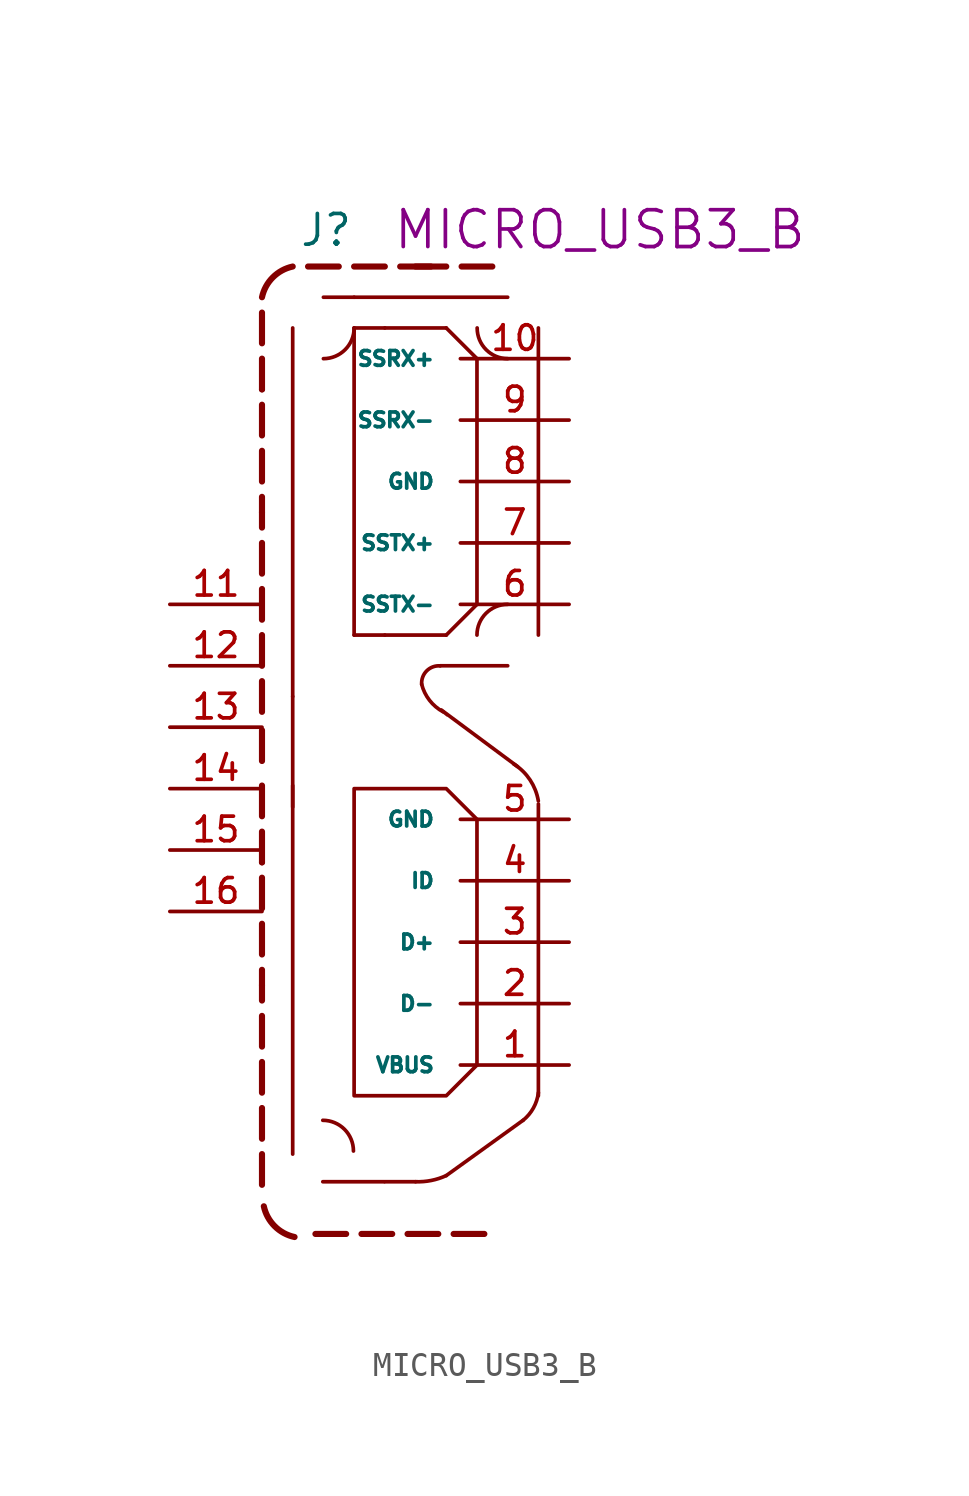
<source format=kicad_sym>
(kicad_symbol_lib
  (version 20211014)
  (generator kicad_symbol_editor)
  (symbol "MICRO_USB3_B"
    (pin_names
      (offset 1.016))
    (property "Reference" "J"
      (at 1.524 3.302 0)
      (effects (font (size 1.27 1.27)) (justify left bottom)))
    (property "Datasheet" ""
      (at 0 0 0)
      (effects (font (size 1.524 1.524))))
    (property "Component Value" "MICRO_USB3_B"
      (at 13.97 4.064 0)
      (effects (font (size 1.524 1.524))))
    (symbol "MICRO_USB3_B_0_1"
      (polyline (pts (xy 0 -35.433) (xy 0 -34.163)) (stroke (width 0.254) (type default) (color 0 0 0 0)) (fill (type none)))
      (polyline (pts (xy 0 -33.528) (xy 0 -32.258)) (stroke (width 0.254) (type default) (color 0 0 0 0)) (fill (type none)))
      (polyline (pts (xy 0 -31.623) (xy 0 -30.353)) (stroke (width 0.254) (type default) (color 0 0 0 0)) (fill (type none)))
      (polyline (pts (xy 0 -29.718) (xy 0 -28.448)) (stroke (width 0.254) (type default) (color 0 0 0 0)) (fill (type none)))
      (polyline (pts (xy 0 -27.813) (xy 0 -26.543)) (stroke (width 0.254) (type default) (color 0 0 0 0)) (fill (type none)))
      (polyline (pts (xy 0 -27.178) (xy 0 -27.178)) (stroke (width 0.254) (type default) (color 0 0 0 0)) (fill (type none)))
      (polyline (pts (xy 0 -25.908) (xy 0 -24.638)) (stroke (width 0.254) (type default) (color 0 0 0 0)) (fill (type none)))
      (polyline (pts (xy 0 -22.733) (xy 0 -24.003)) (stroke (width 0.254) (type default) (color 0 0 0 0)) (fill (type none)))
      (polyline (pts (xy 0 -22.098) (xy 0 -22.098)) (stroke (width 0.254) (type default) (color 0 0 0 0)) (fill (type none)))
      (polyline (pts (xy 0 -20.828) (xy 0 -22.098)) (stroke (width 0.254) (type default) (color 0 0 0 0)) (fill (type none)))
      (polyline (pts (xy 0 -18.923) (xy 0 -20.193)) (stroke (width 0.254) (type default) (color 0 0 0 0)) (fill (type none)))
      (polyline (pts (xy 0 -17.907) (xy 0 -16.637)) (stroke (width 0.254) (type default) (color 0 0 0 0)) (fill (type none)))
      (polyline (pts (xy 0 -15.875) (xy 0 -14.605)) (stroke (width 0.254) (type default) (color 0 0 0 0)) (fill (type none)))
      (polyline (pts (xy 0 -13.97) (xy 0 -12.7)) (stroke (width 0.254) (type default) (color 0 0 0 0)) (fill (type none)))
      (polyline (pts (xy 0 -12.065) (xy 0 -10.795)) (stroke (width 0.254) (type default) (color 0 0 0 0)) (fill (type none)))
      (polyline (pts (xy 0 -10.16) (xy 0 -8.89)) (stroke (width 0.254) (type default) (color 0 0 0 0)) (fill (type none)))
      (polyline (pts (xy 0 -8.255) (xy 0 -6.985)) (stroke (width 0.254) (type default) (color 0 0 0 0)) (fill (type none)))
      (polyline (pts (xy 0 -7.62) (xy 0 -7.62)) (stroke (width 0.254) (type default) (color 0 0 0 0)) (fill (type none)))
      (polyline (pts (xy 0 -6.35) (xy 0 -5.08)) (stroke (width 0.254) (type default) (color 0 0 0 0)) (fill (type none)))
      (polyline (pts (xy 0 -3.175) (xy 0 -4.445)) (stroke (width 0.254) (type default) (color 0 0 0 0)) (fill (type none)))
      (polyline (pts (xy 0 -2.54) (xy 0 -2.54)) (stroke (width 0.254) (type default) (color 0 0 0 0)) (fill (type none)))
      (polyline (pts (xy 0 -1.27) (xy 0 -2.54)) (stroke (width 0.254) (type default) (color 0 0 0 0)) (fill (type none)))
      (polyline (pts (xy 0 0.635) (xy 0 -0.635)) (stroke (width 0.254) (type default) (color 0 0 0 0)) (fill (type none)))
      (polyline (pts (xy 1.27 -15.24) (xy 1.27 -19.812)) (stroke (width 0) (type default) (color 0 0 0 0)) (fill (type none)))
      (polyline (pts (xy 1.905 2.54) (xy 3.175 2.54)) (stroke (width 0.254) (type default) (color 0 0 0 0)) (fill (type none)))
      (polyline (pts (xy 2.54 1.27) (xy 3.81 1.27)) (stroke (width 0) (type default) (color 0 0 0 0)) (fill (type none)))
      (polyline (pts (xy 3.48 -37.465) (xy 2.21 -37.465)) (stroke (width 0.254) (type default) (color 0 0 0 0)) (fill (type none)))
      (polyline (pts (xy 3.81 1.27) (xy 10.16 1.27)) (stroke (width 0) (type default) (color 0 0 0 0)) (fill (type none)))
      (polyline (pts (xy 3.81 2.54) (xy 5.08 2.54)) (stroke (width 0.254) (type default) (color 0 0 0 0)) (fill (type none)))
      (polyline (pts (xy 4.115 -37.465) (xy 5.385 -37.465)) (stroke (width 0.254) (type default) (color 0 0 0 0)) (fill (type none)))
      (polyline (pts (xy 5.08 -35.306) (xy 6.35 -35.306)) (stroke (width 0) (type default) (color 0 0 0 0)) (fill (type none)))
      (polyline (pts (xy 5.08 -12.7) (xy 3.81 -12.7)) (stroke (width 0) (type default) (color 0 0 0 0)) (fill (type none)))
      (polyline (pts (xy 5.08 0) (xy 3.81 0)) (stroke (width 0) (type default) (color 0 0 0 0)) (fill (type none)))
      (polyline (pts (xy 5.715 2.54) (xy 6.985 2.54)) (stroke (width 0.254) (type default) (color 0 0 0 0)) (fill (type none)))
      (polyline (pts (xy 6.02 -37.465) (xy 7.29 -37.465)) (stroke (width 0.254) (type default) (color 0 0 0 0)) (fill (type none)))
      (polyline (pts (xy 6.35 2.54) (xy 7.62 2.54)) (stroke (width 0.254) (type default) (color 0 0 0 0)) (fill (type none)))
      (polyline (pts (xy 7.925 -37.465) (xy 9.195 -37.465)) (stroke (width 0.254) (type default) (color 0 0 0 0)) (fill (type none)))
      (polyline (pts (xy 8.255 2.54) (xy 9.525 2.54)) (stroke (width 0.254) (type default) (color 0 0 0 0)) (fill (type none)))
      (polyline (pts (xy 10.16 -13.97) (xy 7.366 -13.97)) (stroke (width 0) (type default) (color 0 0 0 0)) (fill (type none)))
      (polyline (pts (xy 11.43 -19.685) (xy 11.43 -31.75)) (stroke (width 0) (type default) (color 0 0 0 0)) (fill (type none)))
      (polyline (pts (xy 10.566 -18.136) (xy 7.417 -15.799) (xy 7.671 -16.002)) (stroke (width 0) (type default) (color 0 0 0 0)) (fill (type none)))
      (polyline (pts (xy 3.81 -19.05) (xy 7.62 -19.05) (xy 8.89 -20.32) (xy 8.89 -30.48) (xy 7.62 -31.75) (xy 3.81 -31.75) (xy 3.81 -19.05)) (stroke (width 0) (type default) (color 0 0 0 0)) (fill (type none)))
      (arc (start 0.0762 -36.322) (mid 0.5262 -37.1457) (end 1.3462 -37.592) (stroke (width 0.254) (type default) (color 0 0 0 0)) (fill (type none)))
      (arc (start 1.27 2.54) (mid 0.4463 2.09) (end 0 1.27) (stroke (width 0.254) (type default) (color 0 0 0 0)) (fill (type none)))
      (arc (start 6.604 -14.732) (mid 6.9284 -15.3964) (end 7.493 -15.875) (stroke (width 0) (type default) (color 0 0 0 0)) (fill (type none)))
      (arc (start 7.366 -13.97) (mid 6.811 -14.177) (end 6.604 -14.732) (stroke (width 0) (type default) (color 0 0 0 0)) (fill (type none)))
      (arc (start 11.43 -19.558) (mid 11.085 -18.6866) (end 10.414 -18.034) (stroke (width 0) (type default) (color 0 0 0 0)) (fill (type none))))
    (symbol "MICRO_USB3_B_1_0"
      (polyline (pts (xy 1.27 -18.923) (xy 1.27 -34.163)) (stroke (width 0) (type default) (color 0 0 0 0)) (fill (type none)))
      (polyline (pts (xy 1.27 0) (xy 1.27 -15.24)) (stroke (width 0) (type default) (color 0 0 0 0)) (fill (type none)))
      (polyline (pts (xy 3.81 0) (xy 3.81 -12.7)) (stroke (width 0) (type default) (color 0 0 0 0)) (fill (type none)))
      (polyline (pts (xy 5.055 -35.306) (xy 2.515 -35.306)) (stroke (width 0) (type default) (color 0 0 0 0)) (fill (type none)))
      (polyline (pts (xy 5.08 -12.7) (xy 7.62 -12.7)) (stroke (width 0) (type default) (color 0 0 0 0)) (fill (type none)))
      (polyline (pts (xy 7.62 -12.7) (xy 8.89 -11.43)) (stroke (width 0) (type default) (color 0 0 0 0)) (fill (type none)))
      (polyline (pts (xy 7.62 0) (xy 5.08 0)) (stroke (width 0) (type default) (color 0 0 0 0)) (fill (type none)))
      (polyline (pts (xy 8.89 -11.43) (xy 8.89 -1.27)) (stroke (width 0) (type default) (color 0 0 0 0)) (fill (type none)))
      (polyline (pts (xy 8.89 -1.27) (xy 7.62 0)) (stroke (width 0) (type default) (color 0 0 0 0)) (fill (type none)))
      (polyline (pts (xy 10.795 -32.766) (xy 7.62 -35.052)) (stroke (width 0) (type default) (color 0 0 0 0)) (fill (type none)))
      (polyline (pts (xy 11.43 -12.7) (xy 11.43 0)) (stroke (width 0) (type default) (color 0 0 0 0)) (fill (type none)))
      (arc (start 6.35 -35.306) (mid 6.9999 -35.2536) (end 7.62 -35.052) (stroke (width 0) (type default) (color 0 0 0 0)) (fill (type none)))
      (arc (start 10.795 -32.766) (mid 11.2242 -32.2556) (end 11.43 -31.623) (stroke (width 0) (type default) (color 0 0 0 0)) (fill (type none))))
    (symbol "MICRO_USB3_B_1_1"
      (arc (start 2.54 -1.27) (mid 3.438 -0.898) (end 3.81 0) (stroke (width 0) (type default) (color 0 0 0 0)) (fill (type none)))
      (arc (start 3.7846 -34.036) (mid 3.4126 -33.138) (end 2.5146 -32.766) (stroke (width 0) (type default) (color 0 0 0 0)) (fill (type none)))
      (arc (start 8.89 0) (mid 9.262 -0.898) (end 10.16 -1.27) (stroke (width 0) (type default) (color 0 0 0 0)) (fill (type none)))
      (arc (start 10.16 -11.43) (mid 9.262 -11.802) (end 8.89 -12.7) (stroke (width 0) (type default) (color 0 0 0 0)) (fill (type none)))
      (pin output line (at 12.7 -30.48 180) (length 4.496) (name "VBUS" (effects (font (size 0.61 0.61)))) (number "1" (effects (font (size 1.016 1.016)))))
      (pin output line (at 12.7 -1.27 180) (length 4.496) (name "SSRX+" (effects (font (size 0.61 0.61)))) (number "10" (effects (font (size 1.016 1.016)))))
      (pin passive line (at -3.81 -11.43 0) (length 3.81) (name "~" (effects (font (size 0.61 0.61)))) (number "11" (effects (font (size 1.016 1.016)))))
      (pin passive line (at -3.81 -13.97 0) (length 3.81) (name "~" (effects (font (size 0.61 0.61)))) (number "12" (effects (font (size 1.016 1.016)))))
      (pin passive line (at -3.81 -16.51 0) (length 3.81) (name "~" (effects (font (size 0.61 0.61)))) (number "13" (effects (font (size 1.016 1.016)))))
      (pin passive line (at -3.81 -19.05 0) (length 3.81) (name "~" (effects (font (size 0.61 0.61)))) (number "14" (effects (font (size 1.016 1.016)))))
      (pin passive line (at -3.81 -21.59 0) (length 3.81) (name "~" (effects (font (size 0.61 0.61)))) (number "15" (effects (font (size 1.016 1.016)))))
      (pin passive line (at -3.81 -24.13 0) (length 3.81) (name "~" (effects (font (size 0.61 0.61)))) (number "16" (effects (font (size 1.016 1.016)))))
      (pin bidirectional line (at 12.7 -27.94 180) (length 4.496) (name "D-" (effects (font (size 0.61 0.61)))) (number "2" (effects (font (size 1.016 1.016)))))
      (pin bidirectional line (at 12.7 -25.4 180) (length 4.496) (name "D+" (effects (font (size 0.61 0.61)))) (number "3" (effects (font (size 1.016 1.016)))))
      (pin output line (at 12.7 -22.86 180) (length 4.496) (name "ID" (effects (font (size 0.61 0.61)))) (number "4" (effects (font (size 1.016 1.016)))))
      (pin passive line (at 12.7 -20.32 180) (length 4.496) (name "GND" (effects (font (size 0.61 0.61)))) (number "5" (effects (font (size 1.016 1.016)))))
      (pin output line (at 12.7 -11.43 180) (length 4.496) (name "SSTX-" (effects (font (size 0.61 0.61)))) (number "6" (effects (font (size 1.016 1.016)))))
      (pin output line (at 12.7 -8.89 180) (length 4.496) (name "SSTX+" (effects (font (size 0.61 0.61)))) (number "7" (effects (font (size 1.016 1.016)))))
      (pin passive line (at 12.7 -6.35 180) (length 4.496) (name "GND" (effects (font (size 0.61 0.61)))) (number "8" (effects (font (size 1.016 1.016)))))
      (pin output line (at 12.7 -3.81 180) (length 4.496) (name "SSRX-" (effects (font (size 0.61 0.61)))) (number "9" (effects (font (size 1.016 1.016))))))))
</source>
